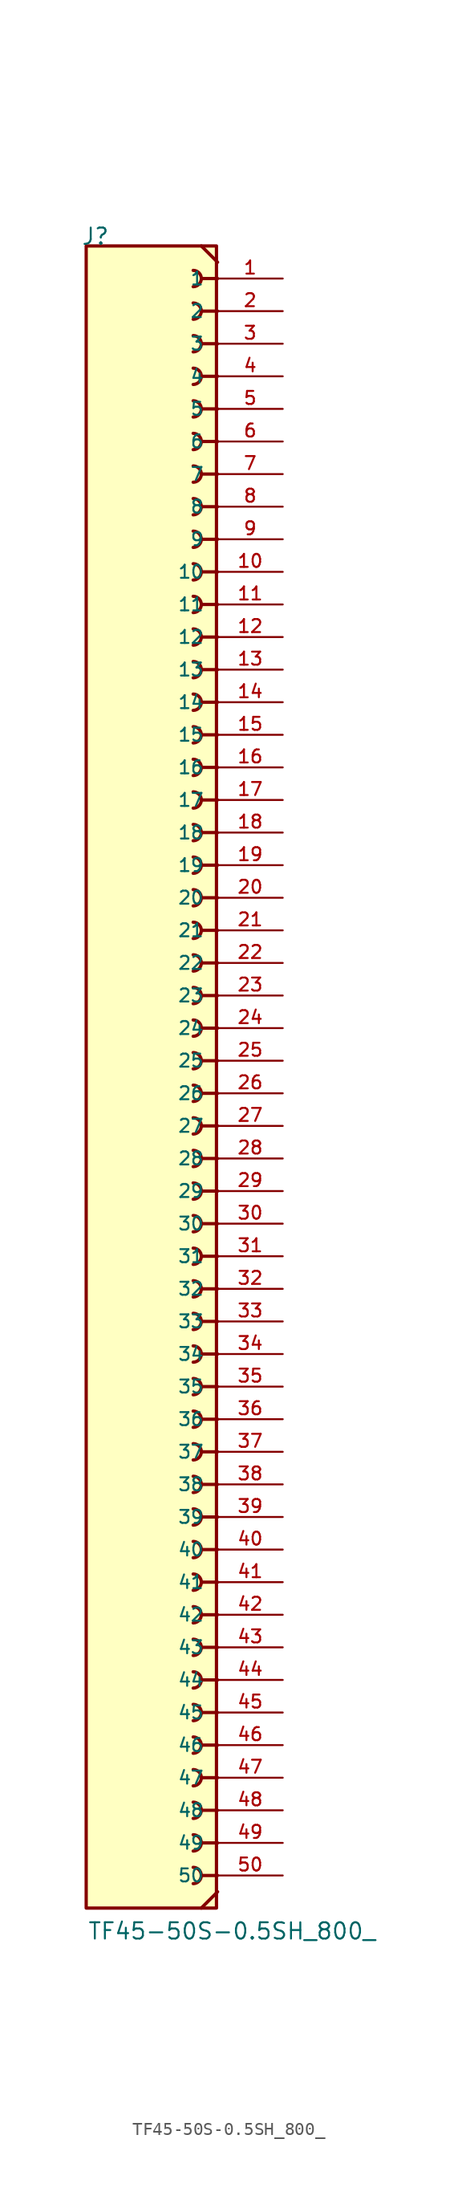
<source format=kicad_sym>
(kicad_symbol_lib
  (version 20211014)
  (generator kicad_symbol_editor)
  (symbol "TF45-50S-0.5SH_800_"
    (pin_names
      (offset 1.016))
    (property "Reference" "J"
      (at -5.58 66.04 0)
      (effects (font (size 1.27 1.27)) (justify bottom left)))
    (property "Value" "TF45-50S-0.5SH_800_"
      (at -5.08 -66.04 0)
      (effects (font (size 1.27 1.27)) (justify bottom left)))
    (symbol "TF45-50S-0.5SH_800__0_0"
      (polyline (pts (xy 5.08 63.5) (xy 3.81 63.5)) (stroke (width 0.254)))
      (arc (start 3.175 64.135) (mid 3.81 63.5) (end 3.175 62.865) (stroke (width 0.254) (type default) (color 0 0 0 0)) (fill (type none)))
      (polyline (pts (xy 5.08 60.96) (xy 3.81 60.96)) (stroke (width 0.254)))
      (arc (start 3.175 61.595) (mid 3.81 60.96) (end 3.175 60.325) (stroke (width 0.254) (type default) (color 0 0 0 0)) (fill (type none)))
      (polyline (pts (xy 5.08 58.42) (xy 3.81 58.42)) (stroke (width 0.254)))
      (arc (start 3.175 59.055) (mid 3.81 58.42) (end 3.175 57.785) (stroke (width 0.254) (type default) (color 0 0 0 0)) (fill (type none)))
      (polyline (pts (xy 5.08 55.88) (xy 3.81 55.88)) (stroke (width 0.254)))
      (arc (start 3.175 56.515) (mid 3.81 55.88) (end 3.175 55.245) (stroke (width 0.254) (type default) (color 0 0 0 0)) (fill (type none)))
      (polyline (pts (xy 5.08 53.34) (xy 3.81 53.34)) (stroke (width 0.254)))
      (arc (start 3.175 53.975) (mid 3.81 53.34) (end 3.175 52.705) (stroke (width 0.254) (type default) (color 0 0 0 0)) (fill (type none)))
      (polyline (pts (xy 5.08 50.8) (xy 3.81 50.8)) (stroke (width 0.254)))
      (arc (start 3.175 51.435) (mid 3.81 50.8) (end 3.175 50.165) (stroke (width 0.254) (type default) (color 0 0 0 0)) (fill (type none)))
      (polyline (pts (xy 5.08 48.26) (xy 3.81 48.26)) (stroke (width 0.254)))
      (arc (start 3.175 48.895) (mid 3.81 48.26) (end 3.175 47.625) (stroke (width 0.254) (type default) (color 0 0 0 0)) (fill (type none)))
      (polyline (pts (xy 5.08 45.72) (xy 3.81 45.72)) (stroke (width 0.254)))
      (arc (start 3.175 46.355) (mid 3.81 45.72) (end 3.175 45.085) (stroke (width 0.254) (type default) (color 0 0 0 0)) (fill (type none)))
      (polyline (pts (xy 5.08 43.18) (xy 3.81 43.18)) (stroke (width 0.254)))
      (arc (start 3.175 43.815) (mid 3.81 43.18) (end 3.175 42.545) (stroke (width 0.254) (type default) (color 0 0 0 0)) (fill (type none)))
      (polyline (pts (xy 5.08 40.64) (xy 3.81 40.64)) (stroke (width 0.254)))
      (arc (start 3.175 41.275) (mid 3.81 40.64) (end 3.175 40.005) (stroke (width 0.254) (type default) (color 0 0 0 0)) (fill (type none)))
      (polyline (pts (xy 5.08 38.1) (xy 3.81 38.1)) (stroke (width 0.254)))
      (arc (start 3.175 38.735) (mid 3.81 38.1) (end 3.175 37.465) (stroke (width 0.254) (type default) (color 0 0 0 0)) (fill (type none)))
      (polyline (pts (xy 5.08 35.56) (xy 3.81 35.56)) (stroke (width 0.254)))
      (arc (start 3.175 36.195) (mid 3.81 35.56) (end 3.175 34.925) (stroke (width 0.254) (type default) (color 0 0 0 0)) (fill (type none)))
      (polyline (pts (xy 5.08 33.02) (xy 3.81 33.02)) (stroke (width 0.254)))
      (arc (start 3.175 33.655) (mid 3.81 33.02) (end 3.175 32.385) (stroke (width 0.254) (type default) (color 0 0 0 0)) (fill (type none)))
      (polyline (pts (xy 5.08 30.48) (xy 3.81 30.48)) (stroke (width 0.254)))
      (arc (start 3.175 31.115) (mid 3.81 30.48) (end 3.175 29.845) (stroke (width 0.254) (type default) (color 0 0 0 0)) (fill (type none)))
      (polyline (pts (xy 5.08 27.94) (xy 3.81 27.94)) (stroke (width 0.254)))
      (arc (start 3.175 28.575) (mid 3.81 27.94) (end 3.175 27.305) (stroke (width 0.254) (type default) (color 0 0 0 0)) (fill (type none)))
      (polyline (pts (xy 5.08 25.4) (xy 3.81 25.4)) (stroke (width 0.254)))
      (arc (start 3.175 26.035) (mid 3.81 25.4) (end 3.175 24.765) (stroke (width 0.254) (type default) (color 0 0 0 0)) (fill (type none)))
      (polyline (pts (xy 5.08 22.86) (xy 3.81 22.86)) (stroke (width 0.254)))
      (arc (start 3.175 23.495) (mid 3.81 22.86) (end 3.175 22.225) (stroke (width 0.254) (type default) (color 0 0 0 0)) (fill (type none)))
      (polyline (pts (xy 5.08 20.32) (xy 3.81 20.32)) (stroke (width 0.254)))
      (arc (start 3.175 20.955) (mid 3.81 20.32) (end 3.175 19.685) (stroke (width 0.254) (type default) (color 0 0 0 0)) (fill (type none)))
      (polyline (pts (xy 5.08 17.78) (xy 3.81 17.78)) (stroke (width 0.254)))
      (arc (start 3.175 18.415) (mid 3.81 17.78) (end 3.175 17.145) (stroke (width 0.254) (type default) (color 0 0 0 0)) (fill (type none)))
      (polyline (pts (xy 5.08 15.24) (xy 3.81 15.24)) (stroke (width 0.254)))
      (arc (start 3.175 15.875) (mid 3.81 15.24) (end 3.175 14.605) (stroke (width 0.254) (type default) (color 0 0 0 0)) (fill (type none)))
      (polyline (pts (xy 5.08 12.7) (xy 3.81 12.7)) (stroke (width 0.254)))
      (arc (start 3.175 13.335) (mid 3.81 12.7) (end 3.175 12.065) (stroke (width 0.254) (type default) (color 0 0 0 0)) (fill (type none)))
      (polyline (pts (xy 5.08 10.16) (xy 3.81 10.16)) (stroke (width 0.254)))
      (arc (start 3.175 10.795) (mid 3.81 10.16) (end 3.175 9.525) (stroke (width 0.254) (type default) (color 0 0 0 0)) (fill (type none)))
      (polyline (pts (xy 5.08 7.62) (xy 3.81 7.62)) (stroke (width 0.254)))
      (arc (start 3.175 8.255) (mid 3.81 7.62) (end 3.175 6.985) (stroke (width 0.254) (type default) (color 0 0 0 0)) (fill (type none)))
      (polyline (pts (xy 5.08 5.08) (xy 3.81 5.08)) (stroke (width 0.254)))
      (arc (start 3.175 5.715) (mid 3.81 5.08) (end 3.175 4.445) (stroke (width 0.254) (type default) (color 0 0 0 0)) (fill (type none)))
      (polyline (pts (xy 5.08 2.54) (xy 3.81 2.54)) (stroke (width 0.254)))
      (arc (start 3.175 3.175) (mid 3.81 2.54) (end 3.175 1.905) (stroke (width 0.254) (type default) (color 0 0 0 0)) (fill (type none)))
      (polyline (pts (xy 5.08 0.0) (xy 3.81 0.0)) (stroke (width 0.254)))
      (arc (start 3.175 0.635) (mid 3.81 -0.0) (end 3.175 -0.635) (stroke (width 0.254) (type default) (color 0 0 0 0)) (fill (type none)))
      (polyline (pts (xy 5.08 -2.54) (xy 3.81 -2.54)) (stroke (width 0.254)))
      (arc (start 3.175 -1.905) (mid 3.81 -2.54) (end 3.175 -3.175) (stroke (width 0.254) (type default) (color 0 0 0 0)) (fill (type none)))
      (polyline (pts (xy 5.08 -5.08) (xy 3.81 -5.08)) (stroke (width 0.254)))
      (arc (start 3.175 -4.445) (mid 3.81 -5.08) (end 3.175 -5.715) (stroke (width 0.254) (type default) (color 0 0 0 0)) (fill (type none)))
      (polyline (pts (xy 5.08 -7.62) (xy 3.81 -7.62)) (stroke (width 0.254)))
      (arc (start 3.175 -6.985) (mid 3.81 -7.62) (end 3.175 -8.255) (stroke (width 0.254) (type default) (color 0 0 0 0)) (fill (type none)))
      (polyline (pts (xy 5.08 -10.16) (xy 3.81 -10.16)) (stroke (width 0.254)))
      (arc (start 3.175 -9.525) (mid 3.81 -10.16) (end 3.175 -10.795) (stroke (width 0.254) (type default) (color 0 0 0 0)) (fill (type none)))
      (polyline (pts (xy 5.08 -12.7) (xy 3.81 -12.7)) (stroke (width 0.254)))
      (arc (start 3.175 -12.065) (mid 3.81 -12.7) (end 3.175 -13.335) (stroke (width 0.254) (type default) (color 0 0 0 0)) (fill (type none)))
      (polyline (pts (xy 5.08 -15.24) (xy 3.81 -15.24)) (stroke (width 0.254)))
      (arc (start 3.175 -14.605) (mid 3.81 -15.24) (end 3.175 -15.875) (stroke (width 0.254) (type default) (color 0 0 0 0)) (fill (type none)))
      (polyline (pts (xy 5.08 -17.78) (xy 3.81 -17.78)) (stroke (width 0.254)))
      (arc (start 3.175 -17.145) (mid 3.81 -17.78) (end 3.175 -18.415) (stroke (width 0.254) (type default) (color 0 0 0 0)) (fill (type none)))
      (polyline (pts (xy 5.08 -20.32) (xy 3.81 -20.32)) (stroke (width 0.254)))
      (arc (start 3.175 -19.685) (mid 3.81 -20.32) (end 3.175 -20.955) (stroke (width 0.254) (type default) (color 0 0 0 0)) (fill (type none)))
      (polyline (pts (xy 5.08 -22.86) (xy 3.81 -22.86)) (stroke (width 0.254)))
      (arc (start 3.175 -22.225) (mid 3.81 -22.86) (end 3.175 -23.495) (stroke (width 0.254) (type default) (color 0 0 0 0)) (fill (type none)))
      (polyline (pts (xy 5.08 -25.4) (xy 3.81 -25.4)) (stroke (width 0.254)))
      (arc (start 3.175 -24.765) (mid 3.81 -25.4) (end 3.175 -26.035) (stroke (width 0.254) (type default) (color 0 0 0 0)) (fill (type none)))
      (polyline (pts (xy 5.08 -27.94) (xy 3.81 -27.94)) (stroke (width 0.254)))
      (arc (start 3.175 -27.305) (mid 3.81 -27.94) (end 3.175 -28.575) (stroke (width 0.254) (type default) (color 0 0 0 0)) (fill (type none)))
      (polyline (pts (xy 5.08 -30.48) (xy 3.81 -30.48)) (stroke (width 0.254)))
      (arc (start 3.175 -29.845) (mid 3.81 -30.48) (end 3.175 -31.115) (stroke (width 0.254) (type default) (color 0 0 0 0)) (fill (type none)))
      (polyline (pts (xy 5.08 -33.02) (xy 3.81 -33.02)) (stroke (width 0.254)))
      (arc (start 3.175 -32.385) (mid 3.81 -33.02) (end 3.175 -33.655) (stroke (width 0.254) (type default) (color 0 0 0 0)) (fill (type none)))
      (polyline (pts (xy 5.08 -35.56) (xy 3.81 -35.56)) (stroke (width 0.254)))
      (arc (start 3.175 -34.925) (mid 3.81 -35.56) (end 3.175 -36.195) (stroke (width 0.254) (type default) (color 0 0 0 0)) (fill (type none)))
      (polyline (pts (xy 5.08 -38.1) (xy 3.81 -38.1)) (stroke (width 0.254)))
      (arc (start 3.175 -37.465) (mid 3.81 -38.1) (end 3.175 -38.735) (stroke (width 0.254) (type default) (color 0 0 0 0)) (fill (type none)))
      (polyline (pts (xy 5.08 -40.64) (xy 3.81 -40.64)) (stroke (width 0.254)))
      (arc (start 3.175 -40.005) (mid 3.81 -40.64) (end 3.175 -41.275) (stroke (width 0.254) (type default) (color 0 0 0 0)) (fill (type none)))
      (polyline (pts (xy 5.08 -43.18) (xy 3.81 -43.18)) (stroke (width 0.254)))
      (arc (start 3.175 -42.545) (mid 3.81 -43.18) (end 3.175 -43.815) (stroke (width 0.254) (type default) (color 0 0 0 0)) (fill (type none)))
      (polyline (pts (xy 5.08 -45.72) (xy 3.81 -45.72)) (stroke (width 0.254)))
      (arc (start 3.175 -45.085) (mid 3.81 -45.72) (end 3.175 -46.355) (stroke (width 0.254) (type default) (color 0 0 0 0)) (fill (type none)))
      (polyline (pts (xy 5.08 -48.26) (xy 3.81 -48.26)) (stroke (width 0.254)))
      (arc (start 3.175 -47.625) (mid 3.81 -48.26) (end 3.175 -48.895) (stroke (width 0.254) (type default) (color 0 0 0 0)) (fill (type none)))
      (polyline (pts (xy 5.08 -50.8) (xy 3.81 -50.8)) (stroke (width 0.254)))
      (arc (start 3.175 -50.165) (mid 3.81 -50.8) (end 3.175 -51.435) (stroke (width 0.254) (type default) (color 0 0 0 0)) (fill (type none)))
      (polyline (pts (xy 5.08 -53.34) (xy 3.81 -53.34)) (stroke (width 0.254)))
      (arc (start 3.175 -52.705) (mid 3.81 -53.34) (end 3.175 -53.975) (stroke (width 0.254) (type default) (color 0 0 0 0)) (fill (type none)))
      (polyline (pts (xy 5.08 -55.88) (xy 3.81 -55.88)) (stroke (width 0.254)))
      (arc (start 3.175 -55.245) (mid 3.81 -55.88) (end 3.175 -56.515) (stroke (width 0.254) (type default) (color 0 0 0 0)) (fill (type none)))
      (polyline (pts (xy 5.08 -58.42) (xy 3.81 -58.42)) (stroke (width 0.254)))
      (arc (start 3.175 -57.785) (mid 3.81 -58.42) (end 3.175 -59.055) (stroke (width 0.254) (type default) (color 0 0 0 0)) (fill (type none)))
      (polyline (pts (xy 5.08 -60.96) (xy 3.81 -60.96)) (stroke (width 0.254)))
      (arc (start 3.175 -60.325) (mid 3.81 -60.96) (end 3.175 -61.595) (stroke (width 0.254) (type default) (color 0 0 0 0)) (fill (type none)))
      (polyline (pts (xy 3.81 66.04) (xy 5.08 64.77)) (stroke (width 0.254)))
      (polyline (pts (xy 5.08 -62.23) (xy 3.81 -63.5)) (stroke (width 0.254)))
      (rectangle (start -5.168 -63.5) (end 4.992 66.04) (stroke (width 0.254)) (fill (type background)))
      (pin passive line (at 10.16 63.5 180.0) (length 5.08) (name "1" (effects (font (size 1.016 1.016)))) (number "1" (effects (font (size 1.016 1.016)))))
      (pin passive line (at 10.16 60.96 180.0) (length 5.08) (name "2" (effects (font (size 1.016 1.016)))) (number "2" (effects (font (size 1.016 1.016)))))
      (pin passive line (at 10.16 58.42 180.0) (length 5.08) (name "3" (effects (font (size 1.016 1.016)))) (number "3" (effects (font (size 1.016 1.016)))))
      (pin passive line (at 10.16 55.88 180.0) (length 5.08) (name "4" (effects (font (size 1.016 1.016)))) (number "4" (effects (font (size 1.016 1.016)))))
      (pin passive line (at 10.16 53.34 180.0) (length 5.08) (name "5" (effects (font (size 1.016 1.016)))) (number "5" (effects (font (size 1.016 1.016)))))
      (pin passive line (at 10.16 50.8 180.0) (length 5.08) (name "6" (effects (font (size 1.016 1.016)))) (number "6" (effects (font (size 1.016 1.016)))))
      (pin passive line (at 10.16 48.26 180.0) (length 5.08) (name "7" (effects (font (size 1.016 1.016)))) (number "7" (effects (font (size 1.016 1.016)))))
      (pin passive line (at 10.16 45.72 180.0) (length 5.08) (name "8" (effects (font (size 1.016 1.016)))) (number "8" (effects (font (size 1.016 1.016)))))
      (pin passive line (at 10.16 43.18 180.0) (length 5.08) (name "9" (effects (font (size 1.016 1.016)))) (number "9" (effects (font (size 1.016 1.016)))))
      (pin passive line (at 10.16 40.64 180.0) (length 5.08) (name "10" (effects (font (size 1.016 1.016)))) (number "10" (effects (font (size 1.016 1.016)))))
      (pin passive line (at 10.16 38.1 180.0) (length 5.08) (name "11" (effects (font (size 1.016 1.016)))) (number "11" (effects (font (size 1.016 1.016)))))
      (pin passive line (at 10.16 35.56 180.0) (length 5.08) (name "12" (effects (font (size 1.016 1.016)))) (number "12" (effects (font (size 1.016 1.016)))))
      (pin passive line (at 10.16 33.02 180.0) (length 5.08) (name "13" (effects (font (size 1.016 1.016)))) (number "13" (effects (font (size 1.016 1.016)))))
      (pin passive line (at 10.16 30.48 180.0) (length 5.08) (name "14" (effects (font (size 1.016 1.016)))) (number "14" (effects (font (size 1.016 1.016)))))
      (pin passive line (at 10.16 27.94 180.0) (length 5.08) (name "15" (effects (font (size 1.016 1.016)))) (number "15" (effects (font (size 1.016 1.016)))))
      (pin passive line (at 10.16 25.4 180.0) (length 5.08) (name "16" (effects (font (size 1.016 1.016)))) (number "16" (effects (font (size 1.016 1.016)))))
      (pin passive line (at 10.16 22.86 180.0) (length 5.08) (name "17" (effects (font (size 1.016 1.016)))) (number "17" (effects (font (size 1.016 1.016)))))
      (pin passive line (at 10.16 20.32 180.0) (length 5.08) (name "18" (effects (font (size 1.016 1.016)))) (number "18" (effects (font (size 1.016 1.016)))))
      (pin passive line (at 10.16 17.78 180.0) (length 5.08) (name "19" (effects (font (size 1.016 1.016)))) (number "19" (effects (font (size 1.016 1.016)))))
      (pin passive line (at 10.16 15.24 180.0) (length 5.08) (name "20" (effects (font (size 1.016 1.016)))) (number "20" (effects (font (size 1.016 1.016)))))
      (pin passive line (at 10.16 12.7 180.0) (length 5.08) (name "21" (effects (font (size 1.016 1.016)))) (number "21" (effects (font (size 1.016 1.016)))))
      (pin passive line (at 10.16 10.16 180.0) (length 5.08) (name "22" (effects (font (size 1.016 1.016)))) (number "22" (effects (font (size 1.016 1.016)))))
      (pin passive line (at 10.16 7.62 180.0) (length 5.08) (name "23" (effects (font (size 1.016 1.016)))) (number "23" (effects (font (size 1.016 1.016)))))
      (pin passive line (at 10.16 5.08 180.0) (length 5.08) (name "24" (effects (font (size 1.016 1.016)))) (number "24" (effects (font (size 1.016 1.016)))))
      (pin passive line (at 10.16 2.54 180.0) (length 5.08) (name "25" (effects (font (size 1.016 1.016)))) (number "25" (effects (font (size 1.016 1.016)))))
      (pin passive line (at 10.16 0.0 180.0) (length 5.08) (name "26" (effects (font (size 1.016 1.016)))) (number "26" (effects (font (size 1.016 1.016)))))
      (pin passive line (at 10.16 -2.54 180.0) (length 5.08) (name "27" (effects (font (size 1.016 1.016)))) (number "27" (effects (font (size 1.016 1.016)))))
      (pin passive line (at 10.16 -5.08 180.0) (length 5.08) (name "28" (effects (font (size 1.016 1.016)))) (number "28" (effects (font (size 1.016 1.016)))))
      (pin passive line (at 10.16 -7.62 180.0) (length 5.08) (name "29" (effects (font (size 1.016 1.016)))) (number "29" (effects (font (size 1.016 1.016)))))
      (pin passive line (at 10.16 -10.16 180.0) (length 5.08) (name "30" (effects (font (size 1.016 1.016)))) (number "30" (effects (font (size 1.016 1.016)))))
      (pin passive line (at 10.16 -12.7 180.0) (length 5.08) (name "31" (effects (font (size 1.016 1.016)))) (number "31" (effects (font (size 1.016 1.016)))))
      (pin passive line (at 10.16 -15.24 180.0) (length 5.08) (name "32" (effects (font (size 1.016 1.016)))) (number "32" (effects (font (size 1.016 1.016)))))
      (pin passive line (at 10.16 -17.78 180.0) (length 5.08) (name "33" (effects (font (size 1.016 1.016)))) (number "33" (effects (font (size 1.016 1.016)))))
      (pin passive line (at 10.16 -20.32 180.0) (length 5.08) (name "34" (effects (font (size 1.016 1.016)))) (number "34" (effects (font (size 1.016 1.016)))))
      (pin passive line (at 10.16 -22.86 180.0) (length 5.08) (name "35" (effects (font (size 1.016 1.016)))) (number "35" (effects (font (size 1.016 1.016)))))
      (pin passive line (at 10.16 -25.4 180.0) (length 5.08) (name "36" (effects (font (size 1.016 1.016)))) (number "36" (effects (font (size 1.016 1.016)))))
      (pin passive line (at 10.16 -27.94 180.0) (length 5.08) (name "37" (effects (font (size 1.016 1.016)))) (number "37" (effects (font (size 1.016 1.016)))))
      (pin passive line (at 10.16 -30.48 180.0) (length 5.08) (name "38" (effects (font (size 1.016 1.016)))) (number "38" (effects (font (size 1.016 1.016)))))
      (pin passive line (at 10.16 -33.02 180.0) (length 5.08) (name "39" (effects (font (size 1.016 1.016)))) (number "39" (effects (font (size 1.016 1.016)))))
      (pin passive line (at 10.16 -35.56 180.0) (length 5.08) (name "40" (effects (font (size 1.016 1.016)))) (number "40" (effects (font (size 1.016 1.016)))))
      (pin passive line (at 10.16 -38.1 180.0) (length 5.08) (name "41" (effects (font (size 1.016 1.016)))) (number "41" (effects (font (size 1.016 1.016)))))
      (pin passive line (at 10.16 -40.64 180.0) (length 5.08) (name "42" (effects (font (size 1.016 1.016)))) (number "42" (effects (font (size 1.016 1.016)))))
      (pin passive line (at 10.16 -43.18 180.0) (length 5.08) (name "43" (effects (font (size 1.016 1.016)))) (number "43" (effects (font (size 1.016 1.016)))))
      (pin passive line (at 10.16 -45.72 180.0) (length 5.08) (name "44" (effects (font (size 1.016 1.016)))) (number "44" (effects (font (size 1.016 1.016)))))
      (pin passive line (at 10.16 -48.26 180.0) (length 5.08) (name "45" (effects (font (size 1.016 1.016)))) (number "45" (effects (font (size 1.016 1.016)))))
      (pin passive line (at 10.16 -50.8 180.0) (length 5.08) (name "46" (effects (font (size 1.016 1.016)))) (number "46" (effects (font (size 1.016 1.016)))))
      (pin passive line (at 10.16 -53.34 180.0) (length 5.08) (name "47" (effects (font (size 1.016 1.016)))) (number "47" (effects (font (size 1.016 1.016)))))
      (pin passive line (at 10.16 -55.88 180.0) (length 5.08) (name "48" (effects (font (size 1.016 1.016)))) (number "48" (effects (font (size 1.016 1.016)))))
      (pin passive line (at 10.16 -58.42 180.0) (length 5.08) (name "49" (effects (font (size 1.016 1.016)))) (number "49" (effects (font (size 1.016 1.016)))))
      (pin passive line (at 10.16 -60.96 180.0) (length 5.08) (name "50" (effects (font (size 1.016 1.016)))) (number "50" (effects (font (size 1.016 1.016))))))))
</source>
